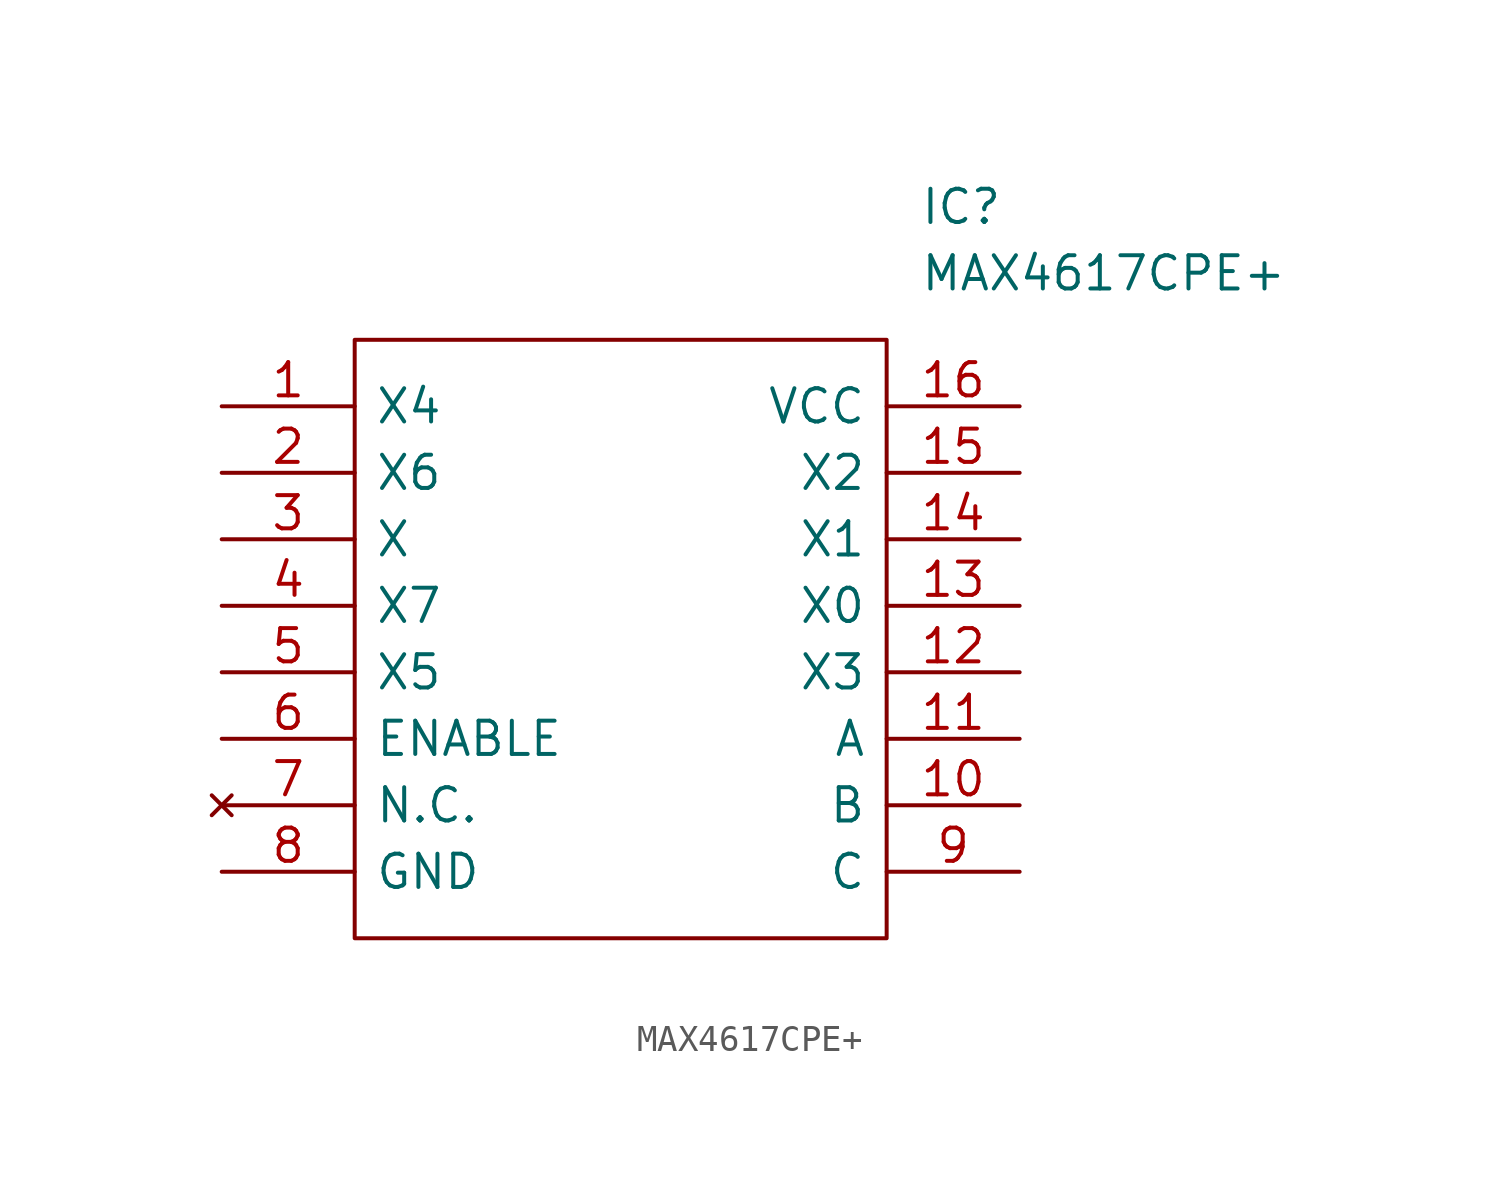
<source format=kicad_sym>
(kicad_symbol_lib
  (version 20211014)
  (generator kicad_symbol_editor)
  (symbol "MAX4617CPE+"
    (pin_names
      (offset 0.762))
    (property "Reference" "IC"
      (at 26.67 7.62 0)
      (effects (font (size 1.27 1.27)) (justify left)))
    (property "Value" "MAX4617CPE+"
      (at 26.67 5.08 0)
      (effects (font (size 1.27 1.27)) (justify left)))
    (symbol "MAX4617CPE+_0_0"
      (pin passive line (at 0 0 0) (length 5.08) (name "X4" (effects (font (size 1.27 1.27)))) (number "1" (effects (font (size 1.27 1.27)))))
      (pin passive line (at 30.48 -15.24 180) (length 5.08) (name "B" (effects (font (size 1.27 1.27)))) (number "10" (effects (font (size 1.27 1.27)))))
      (pin passive line (at 30.48 -12.7 180) (length 5.08) (name "A" (effects (font (size 1.27 1.27)))) (number "11" (effects (font (size 1.27 1.27)))))
      (pin passive line (at 30.48 -10.16 180) (length 5.08) (name "X3" (effects (font (size 1.27 1.27)))) (number "12" (effects (font (size 1.27 1.27)))))
      (pin passive line (at 30.48 -7.62 180) (length 5.08) (name "X0" (effects (font (size 1.27 1.27)))) (number "13" (effects (font (size 1.27 1.27)))))
      (pin passive line (at 30.48 -5.08 180) (length 5.08) (name "X1" (effects (font (size 1.27 1.27)))) (number "14" (effects (font (size 1.27 1.27)))))
      (pin passive line (at 30.48 -2.54 180) (length 5.08) (name "X2" (effects (font (size 1.27 1.27)))) (number "15" (effects (font (size 1.27 1.27)))))
      (pin passive line (at 30.48 0 180) (length 5.08) (name "VCC" (effects (font (size 1.27 1.27)))) (number "16" (effects (font (size 1.27 1.27)))))
      (pin passive line (at 0 -2.54 0) (length 5.08) (name "X6" (effects (font (size 1.27 1.27)))) (number "2" (effects (font (size 1.27 1.27)))))
      (pin passive line (at 0 -5.08 0) (length 5.08) (name "X" (effects (font (size 1.27 1.27)))) (number "3" (effects (font (size 1.27 1.27)))))
      (pin passive line (at 0 -7.62 0) (length 5.08) (name "X7" (effects (font (size 1.27 1.27)))) (number "4" (effects (font (size 1.27 1.27)))))
      (pin passive line (at 0 -10.16 0) (length 5.08) (name "X5" (effects (font (size 1.27 1.27)))) (number "5" (effects (font (size 1.27 1.27)))))
      (pin passive line (at 0 -12.7 0) (length 5.08) (name "ENABLE" (effects (font (size 1.27 1.27)))) (number "6" (effects (font (size 1.27 1.27)))))
      (pin no_connect line (at 0 -15.24 0) (length 5.08) (name "N.C." (effects (font (size 1.27 1.27)))) (number "7" (effects (font (size 1.27 1.27)))))
      (pin passive line (at 0 -17.78 0) (length 5.08) (name "GND" (effects (font (size 1.27 1.27)))) (number "8" (effects (font (size 1.27 1.27)))))
      (pin passive line (at 30.48 -17.78 180) (length 5.08) (name "C" (effects (font (size 1.27 1.27)))) (number "9" (effects (font (size 1.27 1.27))))))
    (symbol "MAX4617CPE+_0_1"
      (polyline (pts (xy 5.08 2.54) (xy 25.4 2.54) (xy 25.4 -20.32) (xy 5.08 -20.32) (xy 5.08 2.54)) (stroke (width 0.152) (type default) (color 0 0 0 0)) (fill (type none))))))
</source>
